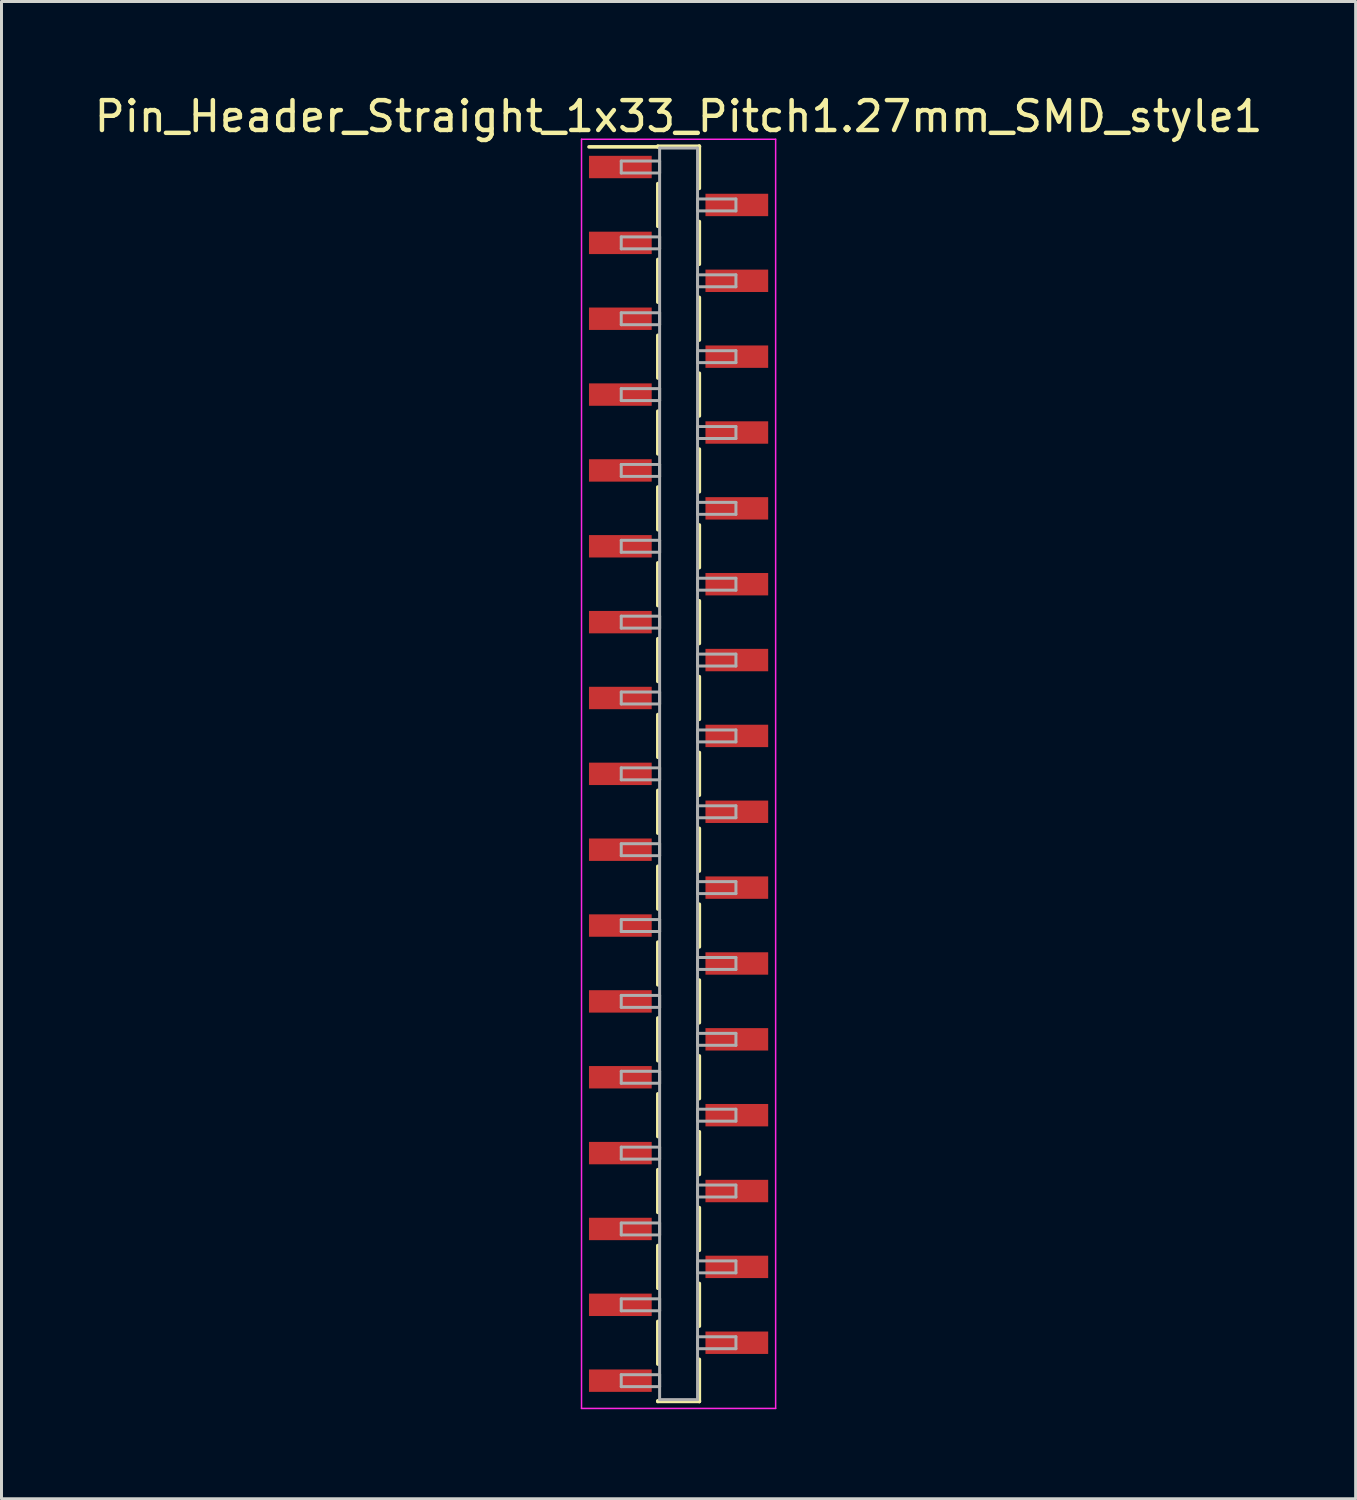
<source format=kicad_pcb>
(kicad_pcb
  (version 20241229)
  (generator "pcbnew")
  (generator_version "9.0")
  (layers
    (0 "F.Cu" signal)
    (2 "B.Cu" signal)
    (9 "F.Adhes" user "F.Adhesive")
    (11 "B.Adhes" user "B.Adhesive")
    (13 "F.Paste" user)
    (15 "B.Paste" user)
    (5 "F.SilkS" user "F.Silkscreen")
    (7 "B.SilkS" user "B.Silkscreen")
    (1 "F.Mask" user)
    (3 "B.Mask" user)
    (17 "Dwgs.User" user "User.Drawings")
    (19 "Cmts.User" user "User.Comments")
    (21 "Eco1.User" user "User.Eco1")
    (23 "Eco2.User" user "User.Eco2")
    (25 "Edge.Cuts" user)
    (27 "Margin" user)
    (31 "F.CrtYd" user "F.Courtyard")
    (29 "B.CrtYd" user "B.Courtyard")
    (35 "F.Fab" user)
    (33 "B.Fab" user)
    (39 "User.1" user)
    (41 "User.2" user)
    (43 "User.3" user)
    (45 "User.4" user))
  (footprint "Pin_Header_Straight_1x33_Pitch1.27mm_SMD_style1"
    (layer "F.Cu")
    (at 19.673 22.863)
    (property "Reference" "Pin_Header_Straight_1x33_Pitch1.27mm_SMD_style1" (at 0 -22.015 0) (layer "F.SilkS") (effects (font (size 1 1) (thickness 0.15))))
    (attr smd)
    (fp_line (start -0.695 -21.015) (end 0.695 -21.015) (stroke (width 0.12) (type solid)) (layer "F.SilkS"))
    (fp_line (start -0.695 -20.995) (end -3 -20.995) (stroke (width 0.12) (type solid)) (layer "F.SilkS"))
    (fp_line (start -0.695 -20.995) (end -0.695 -21.015) (stroke (width 0.12) (type solid)) (layer "F.SilkS"))
    (fp_line (start -0.695 -19.765) (end -0.695 -18.335) (stroke (width 0.12) (type solid)) (layer "F.SilkS"))
    (fp_line (start -0.695 -17.225) (end -0.695 -15.795) (stroke (width 0.12) (type solid)) (layer "F.SilkS"))
    (fp_line (start -0.695 -14.685) (end -0.695 -13.255) (stroke (width 0.12) (type solid)) (layer "F.SilkS"))
    (fp_line (start -0.695 -12.145) (end -0.695 -10.715) (stroke (width 0.12) (type solid)) (layer "F.SilkS"))
    (fp_line (start -0.695 -9.605) (end -0.695 -8.175) (stroke (width 0.12) (type solid)) (layer "F.SilkS"))
    (fp_line (start -0.695 -7.065) (end -0.695 -5.635) (stroke (width 0.12) (type solid)) (layer "F.SilkS"))
    (fp_line (start -0.695 -4.525) (end -0.695 -3.095) (stroke (width 0.12) (type solid)) (layer "F.SilkS"))
    (fp_line (start -0.695 -1.985) (end -0.695 -0.555) (stroke (width 0.12) (type solid)) (layer "F.SilkS"))
    (fp_line (start -0.695 0.555) (end -0.695 1.985) (stroke (width 0.12) (type solid)) (layer "F.SilkS"))
    (fp_line (start -0.695 3.095) (end -0.695 4.525) (stroke (width 0.12) (type solid)) (layer "F.SilkS"))
    (fp_line (start -0.695 5.635) (end -0.695 7.065) (stroke (width 0.12) (type solid)) (layer "F.SilkS"))
    (fp_line (start -0.695 8.175) (end -0.695 9.605) (stroke (width 0.12) (type solid)) (layer "F.SilkS"))
    (fp_line (start -0.695 10.715) (end -0.695 12.145) (stroke (width 0.12) (type solid)) (layer "F.SilkS"))
    (fp_line (start -0.695 13.255) (end -0.695 14.685) (stroke (width 0.12) (type solid)) (layer "F.SilkS"))
    (fp_line (start -0.695 15.795) (end -0.695 17.225) (stroke (width 0.12) (type solid)) (layer "F.SilkS"))
    (fp_line (start -0.695 18.335) (end -0.695 19.765) (stroke (width 0.12) (type solid)) (layer "F.SilkS"))
    (fp_line (start -0.695 20.995) (end -0.695 21.015) (stroke (width 0.12) (type solid)) (layer "F.SilkS"))
    (fp_line (start -0.695 21.015) (end 0.695 21.015) (stroke (width 0.12) (type solid)) (layer "F.SilkS"))
    (fp_line (start 0.695 -21.015) (end 0.695 -20.995) (stroke (width 0.12) (type solid)) (layer "F.SilkS"))
    (fp_line (start 0.695 -21.015) (end 0.695 -19.605) (stroke (width 0.12) (type solid)) (layer "F.SilkS"))
    (fp_line (start 0.695 -18.495) (end 0.695 -17.065) (stroke (width 0.12) (type solid)) (layer "F.SilkS"))
    (fp_line (start 0.695 -15.955) (end 0.695 -14.525) (stroke (width 0.12) (type solid)) (layer "F.SilkS"))
    (fp_line (start 0.695 -13.415) (end 0.695 -11.985) (stroke (width 0.12) (type solid)) (layer "F.SilkS"))
    (fp_line (start 0.695 -10.875) (end 0.695 -9.445) (stroke (width 0.12) (type solid)) (layer "F.SilkS"))
    (fp_line (start 0.695 -8.335) (end 0.695 -6.905) (stroke (width 0.12) (type solid)) (layer "F.SilkS"))
    (fp_line (start 0.695 -5.795) (end 0.695 -4.365) (stroke (width 0.12) (type solid)) (layer "F.SilkS"))
    (fp_line (start 0.695 -3.255) (end 0.695 -1.825) (stroke (width 0.12) (type solid)) (layer "F.SilkS"))
    (fp_line (start 0.695 -0.715) (end 0.695 0.715) (stroke (width 0.12) (type solid)) (layer "F.SilkS"))
    (fp_line (start 0.695 1.825) (end 0.695 3.255) (stroke (width 0.12) (type solid)) (layer "F.SilkS"))
    (fp_line (start 0.695 4.365) (end 0.695 5.795) (stroke (width 0.12) (type solid)) (layer "F.SilkS"))
    (fp_line (start 0.695 6.905) (end 0.695 8.335) (stroke (width 0.12) (type solid)) (layer "F.SilkS"))
    (fp_line (start 0.695 9.445) (end 0.695 10.875) (stroke (width 0.12) (type solid)) (layer "F.SilkS"))
    (fp_line (start 0.695 11.985) (end 0.695 13.415) (stroke (width 0.12) (type solid)) (layer "F.SilkS"))
    (fp_line (start 0.695 14.525) (end 0.695 15.955) (stroke (width 0.12) (type solid)) (layer "F.SilkS"))
    (fp_line (start 0.695 17.065) (end 0.695 18.495) (stroke (width 0.12) (type solid)) (layer "F.SilkS"))
    (fp_line (start 0.695 19.605) (end 0.695 21.015) (stroke (width 0.12) (type solid)) (layer "F.SilkS"))
    (fp_line (start 0.695 21.015) (end 0.695 20.995) (stroke (width 0.12) (type solid)) (layer "F.SilkS"))
    (fp_line (start -3.25 -21.25) (end -3.25 21.25) (stroke (width 0.05) (type solid)) (layer "F.CrtYd"))
    (fp_line (start -3.25 21.25) (end 3.25 21.25) (stroke (width 0.05) (type solid)) (layer "F.CrtYd"))
    (fp_line (start 3.25 -21.25) (end -3.25 -21.25) (stroke (width 0.05) (type solid)) (layer "F.CrtYd"))
    (fp_line (start 3.25 21.25) (end 3.25 -21.25) (stroke (width 0.05) (type solid)) (layer "F.CrtYd"))
    (fp_line (start -1.92 -20.52) (end -0.635 -20.52) (stroke (width 0.1) (type solid)) (layer "F.Fab"))
    (fp_line (start -1.92 -20.12) (end -1.92 -20.52) (stroke (width 0.1) (type solid)) (layer "F.Fab"))
    (fp_line (start -1.92 -17.98) (end -0.635 -17.98) (stroke (width 0.1) (type solid)) (layer "F.Fab"))
    (fp_line (start -1.92 -17.58) (end -1.92 -17.98) (stroke (width 0.1) (type solid)) (layer "F.Fab"))
    (fp_line (start -1.92 -15.44) (end -0.635 -15.44) (stroke (width 0.1) (type solid)) (layer "F.Fab"))
    (fp_line (start -1.92 -15.04) (end -1.92 -15.44) (stroke (width 0.1) (type solid)) (layer "F.Fab"))
    (fp_line (start -1.92 -12.9) (end -0.635 -12.9) (stroke (width 0.1) (type solid)) (layer "F.Fab"))
    (fp_line (start -1.92 -12.5) (end -1.92 -12.9) (stroke (width 0.1) (type solid)) (layer "F.Fab"))
    (fp_line (start -1.92 -10.36) (end -0.635 -10.36) (stroke (width 0.1) (type solid)) (layer "F.Fab"))
    (fp_line (start -1.92 -9.96) (end -1.92 -10.36) (stroke (width 0.1) (type solid)) (layer "F.Fab"))
    (fp_line (start -1.92 -7.82) (end -0.635 -7.82) (stroke (width 0.1) (type solid)) (layer "F.Fab"))
    (fp_line (start -1.92 -7.42) (end -1.92 -7.82) (stroke (width 0.1) (type solid)) (layer "F.Fab"))
    (fp_line (start -1.92 -5.28) (end -0.635 -5.28) (stroke (width 0.1) (type solid)) (layer "F.Fab"))
    (fp_line (start -1.92 -4.88) (end -1.92 -5.28) (stroke (width 0.1) (type solid)) (layer "F.Fab"))
    (fp_line (start -1.92 -2.74) (end -0.635 -2.74) (stroke (width 0.1) (type solid)) (layer "F.Fab"))
    (fp_line (start -1.92 -2.34) (end -1.92 -2.74) (stroke (width 0.1) (type solid)) (layer "F.Fab"))
    (fp_line (start -1.92 -0.2) (end -0.635 -0.2) (stroke (width 0.1) (type solid)) (layer "F.Fab"))
    (fp_line (start -1.92 0.2) (end -1.92 -0.2) (stroke (width 0.1) (type solid)) (layer "F.Fab"))
    (fp_line (start -1.92 2.34) (end -0.635 2.34) (stroke (width 0.1) (type solid)) (layer "F.Fab"))
    (fp_line (start -1.92 2.74) (end -1.92 2.34) (stroke (width 0.1) (type solid)) (layer "F.Fab"))
    (fp_line (start -1.92 4.88) (end -0.635 4.88) (stroke (width 0.1) (type solid)) (layer "F.Fab"))
    (fp_line (start -1.92 5.28) (end -1.92 4.88) (stroke (width 0.1) (type solid)) (layer "F.Fab"))
    (fp_line (start -1.92 7.42) (end -0.635 7.42) (stroke (width 0.1) (type solid)) (layer "F.Fab"))
    (fp_line (start -1.92 7.82) (end -1.92 7.42) (stroke (width 0.1) (type solid)) (layer "F.Fab"))
    (fp_line (start -1.92 9.96) (end -0.635 9.96) (stroke (width 0.1) (type solid)) (layer "F.Fab"))
    (fp_line (start -1.92 10.36) (end -1.92 9.96) (stroke (width 0.1) (type solid)) (layer "F.Fab"))
    (fp_line (start -1.92 12.5) (end -0.635 12.5) (stroke (width 0.1) (type solid)) (layer "F.Fab"))
    (fp_line (start -1.92 12.9) (end -1.92 12.5) (stroke (width 0.1) (type solid)) (layer "F.Fab"))
    (fp_line (start -1.92 15.04) (end -0.635 15.04) (stroke (width 0.1) (type solid)) (layer "F.Fab"))
    (fp_line (start -1.92 15.44) (end -1.92 15.04) (stroke (width 0.1) (type solid)) (layer "F.Fab"))
    (fp_line (start -1.92 17.58) (end -0.635 17.58) (stroke (width 0.1) (type solid)) (layer "F.Fab"))
    (fp_line (start -1.92 17.98) (end -1.92 17.58) (stroke (width 0.1) (type solid)) (layer "F.Fab"))
    (fp_line (start -1.92 20.12) (end -0.635 20.12) (stroke (width 0.1) (type solid)) (layer "F.Fab"))
    (fp_line (start -1.92 20.52) (end -1.92 20.12) (stroke (width 0.1) (type solid)) (layer "F.Fab"))
    (fp_line (start -0.635 -20.955) (end -0.635 20.955) (stroke (width 0.1) (type solid)) (layer "F.Fab"))
    (fp_line (start -0.635 -20.52) (end -0.635 -20.12) (stroke (width 0.1) (type solid)) (layer "F.Fab"))
    (fp_line (start -0.635 -20.12) (end -1.92 -20.12) (stroke (width 0.1) (type solid)) (layer "F.Fab"))
    (fp_line (start -0.635 -17.98) (end -0.635 -17.58) (stroke (width 0.1) (type solid)) (layer "F.Fab"))
    (fp_line (start -0.635 -17.58) (end -1.92 -17.58) (stroke (width 0.1) (type solid)) (layer "F.Fab"))
    (fp_line (start -0.635 -15.44) (end -0.635 -15.04) (stroke (width 0.1) (type solid)) (layer "F.Fab"))
    (fp_line (start -0.635 -15.04) (end -1.92 -15.04) (stroke (width 0.1) (type solid)) (layer "F.Fab"))
    (fp_line (start -0.635 -12.9) (end -0.635 -12.5) (stroke (width 0.1) (type solid)) (layer "F.Fab"))
    (fp_line (start -0.635 -12.5) (end -1.92 -12.5) (stroke (width 0.1) (type solid)) (layer "F.Fab"))
    (fp_line (start -0.635 -10.36) (end -0.635 -9.96) (stroke (width 0.1) (type solid)) (layer "F.Fab"))
    (fp_line (start -0.635 -9.96) (end -1.92 -9.96) (stroke (width 0.1) (type solid)) (layer "F.Fab"))
    (fp_line (start -0.635 -7.82) (end -0.635 -7.42) (stroke (width 0.1) (type solid)) (layer "F.Fab"))
    (fp_line (start -0.635 -7.42) (end -1.92 -7.42) (stroke (width 0.1) (type solid)) (layer "F.Fab"))
    (fp_line (start -0.635 -5.28) (end -0.635 -4.88) (stroke (width 0.1) (type solid)) (layer "F.Fab"))
    (fp_line (start -0.635 -4.88) (end -1.92 -4.88) (stroke (width 0.1) (type solid)) (layer "F.Fab"))
    (fp_line (start -0.635 -2.74) (end -0.635 -2.34) (stroke (width 0.1) (type solid)) (layer "F.Fab"))
    (fp_line (start -0.635 -2.34) (end -1.92 -2.34) (stroke (width 0.1) (type solid)) (layer "F.Fab"))
    (fp_line (start -0.635 -0.2) (end -0.635 0.2) (stroke (width 0.1) (type solid)) (layer "F.Fab"))
    (fp_line (start -0.635 0.2) (end -1.92 0.2) (stroke (width 0.1) (type solid)) (layer "F.Fab"))
    (fp_line (start -0.635 2.34) (end -0.635 2.74) (stroke (width 0.1) (type solid)) (layer "F.Fab"))
    (fp_line (start -0.635 2.74) (end -1.92 2.74) (stroke (width 0.1) (type solid)) (layer "F.Fab"))
    (fp_line (start -0.635 4.88) (end -0.635 5.28) (stroke (width 0.1) (type solid)) (layer "F.Fab"))
    (fp_line (start -0.635 5.28) (end -1.92 5.28) (stroke (width 0.1) (type solid)) (layer "F.Fab"))
    (fp_line (start -0.635 7.42) (end -0.635 7.82) (stroke (width 0.1) (type solid)) (layer "F.Fab"))
    (fp_line (start -0.635 7.82) (end -1.92 7.82) (stroke (width 0.1) (type solid)) (layer "F.Fab"))
    (fp_line (start -0.635 9.96) (end -0.635 10.36) (stroke (width 0.1) (type solid)) (layer "F.Fab"))
    (fp_line (start -0.635 10.36) (end -1.92 10.36) (stroke (width 0.1) (type solid)) (layer "F.Fab"))
    (fp_line (start -0.635 12.5) (end -0.635 12.9) (stroke (width 0.1) (type solid)) (layer "F.Fab"))
    (fp_line (start -0.635 12.9) (end -1.92 12.9) (stroke (width 0.1) (type solid)) (layer "F.Fab"))
    (fp_line (start -0.635 15.04) (end -0.635 15.44) (stroke (width 0.1) (type solid)) (layer "F.Fab"))
    (fp_line (start -0.635 15.44) (end -1.92 15.44) (stroke (width 0.1) (type solid)) (layer "F.Fab"))
    (fp_line (start -0.635 17.58) (end -0.635 17.98) (stroke (width 0.1) (type solid)) (layer "F.Fab"))
    (fp_line (start -0.635 17.98) (end -1.92 17.98) (stroke (width 0.1) (type solid)) (layer "F.Fab"))
    (fp_line (start -0.635 20.12) (end -0.635 20.52) (stroke (width 0.1) (type solid)) (layer "F.Fab"))
    (fp_line (start -0.635 20.52) (end -1.92 20.52) (stroke (width 0.1) (type solid)) (layer "F.Fab"))
    (fp_line (start -0.635 20.955) (end 0.635 20.955) (stroke (width 0.1) (type solid)) (layer "F.Fab"))
    (fp_line (start 0.635 -20.955) (end -0.635 -20.955) (stroke (width 0.1) (type solid)) (layer "F.Fab"))
    (fp_line (start 0.635 -19.25) (end 0.635 -18.85) (stroke (width 0.1) (type solid)) (layer "F.Fab"))
    (fp_line (start 0.635 -18.85) (end 1.92 -18.85) (stroke (width 0.1) (type solid)) (layer "F.Fab"))
    (fp_line (start 0.635 -16.71) (end 0.635 -16.31) (stroke (width 0.1) (type solid)) (layer "F.Fab"))
    (fp_line (start 0.635 -16.31) (end 1.92 -16.31) (stroke (width 0.1) (type solid)) (layer "F.Fab"))
    (fp_line (start 0.635 -14.17) (end 0.635 -13.77) (stroke (width 0.1) (type solid)) (layer "F.Fab"))
    (fp_line (start 0.635 -13.77) (end 1.92 -13.77) (stroke (width 0.1) (type solid)) (layer "F.Fab"))
    (fp_line (start 0.635 -11.63) (end 0.635 -11.23) (stroke (width 0.1) (type solid)) (layer "F.Fab"))
    (fp_line (start 0.635 -11.23) (end 1.92 -11.23) (stroke (width 0.1) (type solid)) (layer "F.Fab"))
    (fp_line (start 0.635 -9.09) (end 0.635 -8.69) (stroke (width 0.1) (type solid)) (layer "F.Fab"))
    (fp_line (start 0.635 -8.69) (end 1.92 -8.69) (stroke (width 0.1) (type solid)) (layer "F.Fab"))
    (fp_line (start 0.635 -6.55) (end 0.635 -6.15) (stroke (width 0.1) (type solid)) (layer "F.Fab"))
    (fp_line (start 0.635 -6.15) (end 1.92 -6.15) (stroke (width 0.1) (type solid)) (layer "F.Fab"))
    (fp_line (start 0.635 -4.01) (end 0.635 -3.61) (stroke (width 0.1) (type solid)) (layer "F.Fab"))
    (fp_line (start 0.635 -3.61) (end 1.92 -3.61) (stroke (width 0.1) (type solid)) (layer "F.Fab"))
    (fp_line (start 0.635 -1.47) (end 0.635 -1.07) (stroke (width 0.1) (type solid)) (layer "F.Fab"))
    (fp_line (start 0.635 -1.07) (end 1.92 -1.07) (stroke (width 0.1) (type solid)) (layer "F.Fab"))
    (fp_line (start 0.635 1.07) (end 0.635 1.47) (stroke (width 0.1) (type solid)) (layer "F.Fab"))
    (fp_line (start 0.635 1.47) (end 1.92 1.47) (stroke (width 0.1) (type solid)) (layer "F.Fab"))
    (fp_line (start 0.635 3.61) (end 0.635 4.01) (stroke (width 0.1) (type solid)) (layer "F.Fab"))
    (fp_line (start 0.635 4.01) (end 1.92 4.01) (stroke (width 0.1) (type solid)) (layer "F.Fab"))
    (fp_line (start 0.635 6.15) (end 0.635 6.55) (stroke (width 0.1) (type solid)) (layer "F.Fab"))
    (fp_line (start 0.635 6.55) (end 1.92 6.55) (stroke (width 0.1) (type solid)) (layer "F.Fab"))
    (fp_line (start 0.635 8.69) (end 0.635 9.09) (stroke (width 0.1) (type solid)) (layer "F.Fab"))
    (fp_line (start 0.635 9.09) (end 1.92 9.09) (stroke (width 0.1) (type solid)) (layer "F.Fab"))
    (fp_line (start 0.635 11.23) (end 0.635 11.63) (stroke (width 0.1) (type solid)) (layer "F.Fab"))
    (fp_line (start 0.635 11.63) (end 1.92 11.63) (stroke (width 0.1) (type solid)) (layer "F.Fab"))
    (fp_line (start 0.635 13.77) (end 0.635 14.17) (stroke (width 0.1) (type solid)) (layer "F.Fab"))
    (fp_line (start 0.635 14.17) (end 1.92 14.17) (stroke (width 0.1) (type solid)) (layer "F.Fab"))
    (fp_line (start 0.635 16.31) (end 0.635 16.71) (stroke (width 0.1) (type solid)) (layer "F.Fab"))
    (fp_line (start 0.635 16.71) (end 1.92 16.71) (stroke (width 0.1) (type solid)) (layer "F.Fab"))
    (fp_line (start 0.635 18.85) (end 0.635 19.25) (stroke (width 0.1) (type solid)) (layer "F.Fab"))
    (fp_line (start 0.635 19.25) (end 1.92 19.25) (stroke (width 0.1) (type solid)) (layer "F.Fab"))
    (fp_line (start 0.635 20.955) (end 0.635 -20.955) (stroke (width 0.1) (type solid)) (layer "F.Fab"))
    (fp_line (start 1.92 -19.25) (end 0.635 -19.25) (stroke (width 0.1) (type solid)) (layer "F.Fab"))
    (fp_line (start 1.92 -18.85) (end 1.92 -19.25) (stroke (width 0.1) (type solid)) (layer "F.Fab"))
    (fp_line (start 1.92 -16.71) (end 0.635 -16.71) (stroke (width 0.1) (type solid)) (layer "F.Fab"))
    (fp_line (start 1.92 -16.31) (end 1.92 -16.71) (stroke (width 0.1) (type solid)) (layer "F.Fab"))
    (fp_line (start 1.92 -14.17) (end 0.635 -14.17) (stroke (width 0.1) (type solid)) (layer "F.Fab"))
    (fp_line (start 1.92 -13.77) (end 1.92 -14.17) (stroke (width 0.1) (type solid)) (layer "F.Fab"))
    (fp_line (start 1.92 -11.63) (end 0.635 -11.63) (stroke (width 0.1) (type solid)) (layer "F.Fab"))
    (fp_line (start 1.92 -11.23) (end 1.92 -11.63) (stroke (width 0.1) (type solid)) (layer "F.Fab"))
    (fp_line (start 1.92 -9.09) (end 0.635 -9.09) (stroke (width 0.1) (type solid)) (layer "F.Fab"))
    (fp_line (start 1.92 -8.69) (end 1.92 -9.09) (stroke (width 0.1) (type solid)) (layer "F.Fab"))
    (fp_line (start 1.92 -6.55) (end 0.635 -6.55) (stroke (width 0.1) (type solid)) (layer "F.Fab"))
    (fp_line (start 1.92 -6.15) (end 1.92 -6.55) (stroke (width 0.1) (type solid)) (layer "F.Fab"))
    (fp_line (start 1.92 -4.01) (end 0.635 -4.01) (stroke (width 0.1) (type solid)) (layer "F.Fab"))
    (fp_line (start 1.92 -3.61) (end 1.92 -4.01) (stroke (width 0.1) (type solid)) (layer "F.Fab"))
    (fp_line (start 1.92 -1.47) (end 0.635 -1.47) (stroke (width 0.1) (type solid)) (layer "F.Fab"))
    (fp_line (start 1.92 -1.07) (end 1.92 -1.47) (stroke (width 0.1) (type solid)) (layer "F.Fab"))
    (fp_line (start 1.92 1.07) (end 0.635 1.07) (stroke (width 0.1) (type solid)) (layer "F.Fab"))
    (fp_line (start 1.92 1.47) (end 1.92 1.07) (stroke (width 0.1) (type solid)) (layer "F.Fab"))
    (fp_line (start 1.92 3.61) (end 0.635 3.61) (stroke (width 0.1) (type solid)) (layer "F.Fab"))
    (fp_line (start 1.92 4.01) (end 1.92 3.61) (stroke (width 0.1) (type solid)) (layer "F.Fab"))
    (fp_line (start 1.92 6.15) (end 0.635 6.15) (stroke (width 0.1) (type solid)) (layer "F.Fab"))
    (fp_line (start 1.92 6.55) (end 1.92 6.15) (stroke (width 0.1) (type solid)) (layer "F.Fab"))
    (fp_line (start 1.92 8.69) (end 0.635 8.69) (stroke (width 0.1) (type solid)) (layer "F.Fab"))
    (fp_line (start 1.92 9.09) (end 1.92 8.69) (stroke (width 0.1) (type solid)) (layer "F.Fab"))
    (fp_line (start 1.92 11.23) (end 0.635 11.23) (stroke (width 0.1) (type solid)) (layer "F.Fab"))
    (fp_line (start 1.92 11.63) (end 1.92 11.23) (stroke (width 0.1) (type solid)) (layer "F.Fab"))
    (fp_line (start 1.92 13.77) (end 0.635 13.77) (stroke (width 0.1) (type solid)) (layer "F.Fab"))
    (fp_line (start 1.92 14.17) (end 1.92 13.77) (stroke (width 0.1) (type solid)) (layer "F.Fab"))
    (fp_line (start 1.92 16.31) (end 0.635 16.31) (stroke (width 0.1) (type solid)) (layer "F.Fab"))
    (fp_line (start 1.92 16.71) (end 1.92 16.31) (stroke (width 0.1) (type solid)) (layer "F.Fab"))
    (fp_line (start 1.92 18.85) (end 0.635 18.85) (stroke (width 0.1) (type solid)) (layer "F.Fab"))
    (fp_line (start 1.92 19.25) (end 1.92 18.85) (stroke (width 0.1) (type solid)) (layer "F.Fab"))
    (pad "1" smd rect (at -1.95 -20.32) (size 2.1 0.75) (layers "F.Cu" "F.Mask"))
    (pad "2" smd rect (at 1.95 -19.05) (size 2.1 0.75) (layers "F.Cu" "F.Mask"))
    (pad "3" smd rect (at -1.95 -17.78) (size 2.1 0.75) (layers "F.Cu" "F.Mask"))
    (pad "4" smd rect (at 1.95 -16.51) (size 2.1 0.75) (layers "F.Cu" "F.Mask"))
    (pad "5" smd rect (at -1.95 -15.24) (size 2.1 0.75) (layers "F.Cu" "F.Mask"))
    (pad "6" smd rect (at 1.95 -13.97) (size 2.1 0.75) (layers "F.Cu" "F.Mask"))
    (pad "7" smd rect (at -1.95 -12.7) (size 2.1 0.75) (layers "F.Cu" "F.Mask"))
    (pad "8" smd rect (at 1.95 -11.43) (size 2.1 0.75) (layers "F.Cu" "F.Mask"))
    (pad "9" smd rect (at -1.95 -10.16) (size 2.1 0.75) (layers "F.Cu" "F.Mask"))
    (pad "10" smd rect (at 1.95 -8.89) (size 2.1 0.75) (layers "F.Cu" "F.Mask"))
    (pad "11" smd rect (at -1.95 -7.62) (size 2.1 0.75) (layers "F.Cu" "F.Mask"))
    (pad "12" smd rect (at 1.95 -6.35) (size 2.1 0.75) (layers "F.Cu" "F.Mask"))
    (pad "13" smd rect (at -1.95 -5.08) (size 2.1 0.75) (layers "F.Cu" "F.Mask"))
    (pad "14" smd rect (at 1.95 -3.81) (size 2.1 0.75) (layers "F.Cu" "F.Mask"))
    (pad "15" smd rect (at -1.95 -2.54) (size 2.1 0.75) (layers "F.Cu" "F.Mask"))
    (pad "16" smd rect (at 1.95 -1.27) (size 2.1 0.75) (layers "F.Cu" "F.Mask"))
    (pad "17" smd rect (at -1.95 0) (size 2.1 0.75) (layers "F.Cu" "F.Mask"))
    (pad "18" smd rect (at 1.95 1.27) (size 2.1 0.75) (layers "F.Cu" "F.Mask"))
    (pad "19" smd rect (at -1.95 2.54) (size 2.1 0.75) (layers "F.Cu" "F.Mask"))
    (pad "20" smd rect (at 1.95 3.81) (size 2.1 0.75) (layers "F.Cu" "F.Mask"))
    (pad "21" smd rect (at -1.95 5.08) (size 2.1 0.75) (layers "F.Cu" "F.Mask"))
    (pad "22" smd rect (at 1.95 6.35) (size 2.1 0.75) (layers "F.Cu" "F.Mask"))
    (pad "23" smd rect (at -1.95 7.62) (size 2.1 0.75) (layers "F.Cu" "F.Mask"))
    (pad "24" smd rect (at 1.95 8.89) (size 2.1 0.75) (layers "F.Cu" "F.Mask"))
    (pad "25" smd rect (at -1.95 10.16) (size 2.1 0.75) (layers "F.Cu" "F.Mask"))
    (pad "26" smd rect (at 1.95 11.43) (size 2.1 0.75) (layers "F.Cu" "F.Mask"))
    (pad "27" smd rect (at -1.95 12.7) (size 2.1 0.75) (layers "F.Cu" "F.Mask"))
    (pad "28" smd rect (at 1.95 13.97) (size 2.1 0.75) (layers "F.Cu" "F.Mask"))
    (pad "29" smd rect (at -1.95 15.24) (size 2.1 0.75) (layers "F.Cu" "F.Mask"))
    (pad "30" smd rect (at 1.95 16.51) (size 2.1 0.75) (layers "F.Cu" "F.Mask"))
    (pad "31" smd rect (at -1.95 17.78) (size 2.1 0.75) (layers "F.Cu" "F.Mask"))
    (pad "32" smd rect (at 1.95 19.05) (size 2.1 0.75) (layers "F.Cu" "F.Mask"))
    (pad "33" smd rect (at -1.95 20.32) (size 2.1 0.75) (layers "F.Cu" "F.Mask")))
  (gr_rect
    (start -3 -3)
    (end 42.345 47.138)
    (stroke (width 0.1) (type default))
    (fill no)
    (layer "Edge.Cuts")))
</source>
